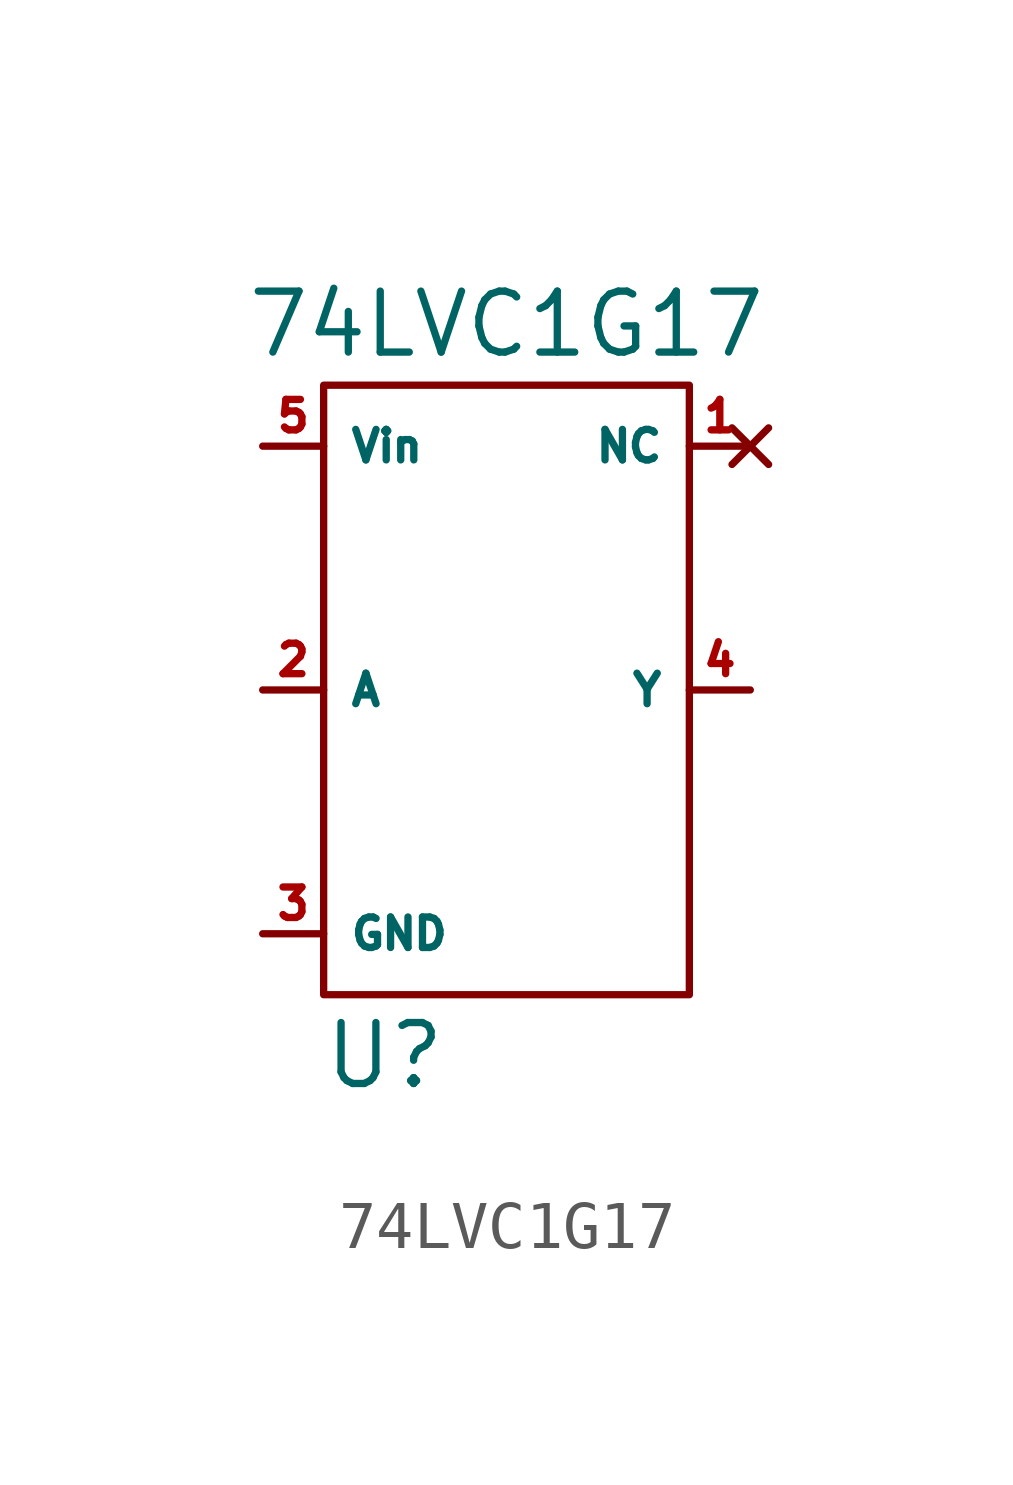
<source format=kicad_sym>
(kicad_symbol_lib
  (version 20211014)
  (generator kicad_symbol_editor)
  (symbol "74LVC1G17"
    (property "Reference" "U"
      (at -2.54 -7.62 0)
      (effects (font (size 1.27 1.27))))
    (property "Value" "74LVC1G17"
      (at 0 7.62 0)
      (effects (font (size 1.27 1.27))))
    (symbol "74LVC1G17_0_0"
      (pin no_connect line (at 5.08 5.08 180) (length 1.27) (name "NC" (effects (font (size 0.635 0.635)))) (number "1" (effects (font (size 0.635 0.635)))))
      (pin input line (at -5.08 0 0) (length 1.27) (name "A" (effects (font (size 0.635 0.635)))) (number "2" (effects (font (size 0.635 0.635)))))
      (pin power_in line (at -5.08 -5.08 0) (length 1.27) (name "GND" (effects (font (size 0.635 0.635)))) (number "3" (effects (font (size 0.635 0.635)))))
      (pin output line (at 5.08 0 180) (length 1.27) (name "Y" (effects (font (size 0.635 0.635)))) (number "4" (effects (font (size 0.635 0.635)))))
      (pin power_in line (at -5.08 5.08 0) (length 1.27) (name "Vin" (effects (font (size 0.635 0.635)))) (number "5" (effects (font (size 0.635 0.635))))))
    (symbol "74LVC1G17_0_1"
      (rectangle (start -3.81 6.35) (end 3.81 -6.35) (stroke (width 0) (type default) (color 0 0 0 0)) (fill (type none))))))
</source>
